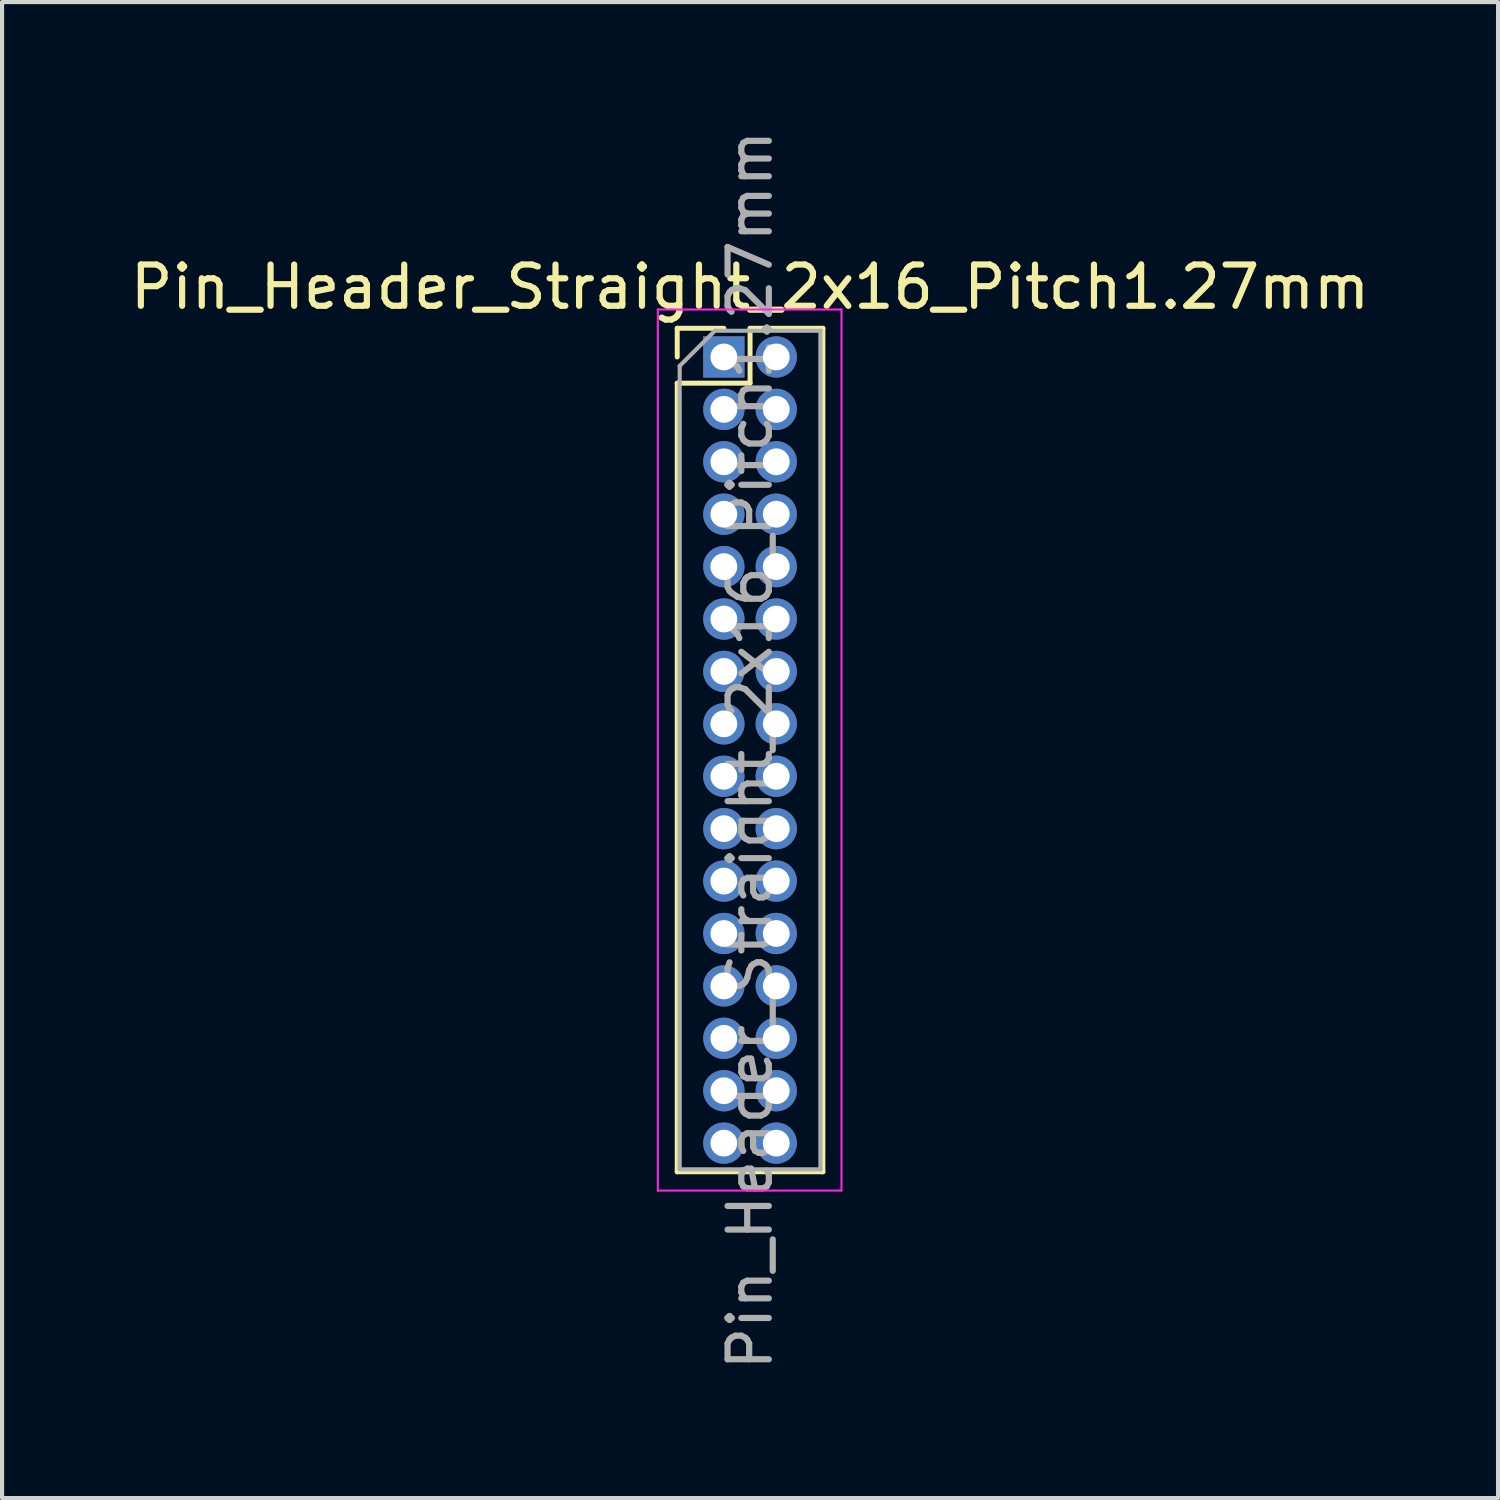
<source format=kicad_pcb>
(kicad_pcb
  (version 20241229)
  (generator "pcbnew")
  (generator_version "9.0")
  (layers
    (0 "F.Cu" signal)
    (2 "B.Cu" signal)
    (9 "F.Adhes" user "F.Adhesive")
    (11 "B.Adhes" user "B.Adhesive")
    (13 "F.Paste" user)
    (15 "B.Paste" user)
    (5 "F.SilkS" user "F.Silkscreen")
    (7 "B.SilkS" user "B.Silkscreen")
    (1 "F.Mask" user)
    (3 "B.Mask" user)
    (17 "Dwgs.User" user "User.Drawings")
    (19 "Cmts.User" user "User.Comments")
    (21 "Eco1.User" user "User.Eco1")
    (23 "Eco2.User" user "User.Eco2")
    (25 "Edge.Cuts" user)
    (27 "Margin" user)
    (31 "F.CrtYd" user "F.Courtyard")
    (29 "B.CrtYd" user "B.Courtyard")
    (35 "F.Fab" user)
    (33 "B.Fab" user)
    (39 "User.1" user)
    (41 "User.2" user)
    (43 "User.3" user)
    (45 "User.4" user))
  (footprint "Pin_Header_Straight_2x16_Pitch1.27mm"
    (layer "F.Cu")
    (at 14.49 5.6)
    (property "Reference" "Pin_Header_Straight_2x16_Pitch1.27mm" (at 0.635 -1.695 0) (layer "F.SilkS") (effects (font (size 1 1) (thickness 0.15))))
    (attr through_hole)
    (fp_line (start -1.13 -0.695) (end 0 -0.695) (stroke (width 0.12) (type solid)) (layer "F.SilkS"))
    (fp_line (start -1.13 0) (end -1.13 -0.695) (stroke (width 0.12) (type solid)) (layer "F.SilkS"))
    (fp_line (start -1.13 0.635) (end -1.13 19.745) (stroke (width 0.12) (type solid)) (layer "F.SilkS"))
    (fp_line (start -1.13 19.745) (end 2.4 19.745) (stroke (width 0.12) (type solid)) (layer "F.SilkS"))
    (fp_line (start 0.635 -0.695) (end 0.635 0.635) (stroke (width 0.12) (type solid)) (layer "F.SilkS"))
    (fp_line (start 0.635 0.635) (end -1.13 0.635) (stroke (width 0.12) (type solid)) (layer "F.SilkS"))
    (fp_line (start 2.4 -0.695) (end 0.635 -0.695) (stroke (width 0.12) (type solid)) (layer "F.SilkS"))
    (fp_line (start 2.4 19.745) (end 2.4 -0.695) (stroke (width 0.12) (type solid)) (layer "F.SilkS"))
    (fp_line (start -1.6 -1.15) (end -1.6 20.2) (stroke (width 0.05) (type solid)) (layer "F.CrtYd"))
    (fp_line (start -1.6 20.2) (end 2.85 20.2) (stroke (width 0.05) (type solid)) (layer "F.CrtYd"))
    (fp_line (start 2.85 -1.15) (end -1.6 -1.15) (stroke (width 0.05) (type solid)) (layer "F.CrtYd"))
    (fp_line (start 2.85 20.2) (end 2.85 -1.15) (stroke (width 0.05) (type solid)) (layer "F.CrtYd"))
    (fp_line (start -1.07 0.217) (end -0.217 -0.635) (stroke (width 0.1) (type solid)) (layer "F.Fab"))
    (fp_line (start -1.07 19.685) (end -1.07 0.217) (stroke (width 0.1) (type solid)) (layer "F.Fab"))
    (fp_line (start -0.217 -0.635) (end 2.34 -0.635) (stroke (width 0.1) (type solid)) (layer "F.Fab"))
    (fp_line (start 2.34 -0.635) (end 2.34 19.685) (stroke (width 0.1) (type solid)) (layer "F.Fab"))
    (fp_line (start 2.34 19.685) (end -1.07 19.685) (stroke (width 0.1) (type solid)) (layer "F.Fab"))
    (fp_text user "${REFERENCE}" (at 0.635 9.525 90) (layer "F.Fab") (effects (font (size 1 1) (thickness 0.15))))
    (pad "1" thru_hole rect (at 0 0) (size 1 1) (drill 0.65) (layers "*.Cu" "*.Mask"))
    (pad "2" thru_hole oval (at 1.27 0) (size 1 1) (drill 0.65) (layers "*.Cu" "*.Mask"))
    (pad "3" thru_hole oval (at 0 1.27) (size 1 1) (drill 0.65) (layers "*.Cu" "*.Mask"))
    (pad "4" thru_hole oval (at 1.27 1.27) (size 1 1) (drill 0.65) (layers "*.Cu" "*.Mask"))
    (pad "5" thru_hole oval (at 0 2.54) (size 1 1) (drill 0.65) (layers "*.Cu" "*.Mask"))
    (pad "6" thru_hole oval (at 1.27 2.54) (size 1 1) (drill 0.65) (layers "*.Cu" "*.Mask"))
    (pad "7" thru_hole oval (at 0 3.81) (size 1 1) (drill 0.65) (layers "*.Cu" "*.Mask"))
    (pad "8" thru_hole oval (at 1.27 3.81) (size 1 1) (drill 0.65) (layers "*.Cu" "*.Mask"))
    (pad "9" thru_hole oval (at 0 5.08) (size 1 1) (drill 0.65) (layers "*.Cu" "*.Mask"))
    (pad "10" thru_hole oval (at 1.27 5.08) (size 1 1) (drill 0.65) (layers "*.Cu" "*.Mask"))
    (pad "11" thru_hole oval (at 0 6.35) (size 1 1) (drill 0.65) (layers "*.Cu" "*.Mask"))
    (pad "12" thru_hole oval (at 1.27 6.35) (size 1 1) (drill 0.65) (layers "*.Cu" "*.Mask"))
    (pad "13" thru_hole oval (at 0 7.62) (size 1 1) (drill 0.65) (layers "*.Cu" "*.Mask"))
    (pad "14" thru_hole oval (at 1.27 7.62) (size 1 1) (drill 0.65) (layers "*.Cu" "*.Mask"))
    (pad "15" thru_hole oval (at 0 8.89) (size 1 1) (drill 0.65) (layers "*.Cu" "*.Mask"))
    (pad "16" thru_hole oval (at 1.27 8.89) (size 1 1) (drill 0.65) (layers "*.Cu" "*.Mask"))
    (pad "17" thru_hole oval (at 0 10.16) (size 1 1) (drill 0.65) (layers "*.Cu" "*.Mask"))
    (pad "18" thru_hole oval (at 1.27 10.16) (size 1 1) (drill 0.65) (layers "*.Cu" "*.Mask"))
    (pad "19" thru_hole oval (at 0 11.43) (size 1 1) (drill 0.65) (layers "*.Cu" "*.Mask"))
    (pad "20" thru_hole oval (at 1.27 11.43) (size 1 1) (drill 0.65) (layers "*.Cu" "*.Mask"))
    (pad "21" thru_hole oval (at 0 12.7) (size 1 1) (drill 0.65) (layers "*.Cu" "*.Mask"))
    (pad "22" thru_hole oval (at 1.27 12.7) (size 1 1) (drill 0.65) (layers "*.Cu" "*.Mask"))
    (pad "23" thru_hole oval (at 0 13.97) (size 1 1) (drill 0.65) (layers "*.Cu" "*.Mask"))
    (pad "24" thru_hole oval (at 1.27 13.97) (size 1 1) (drill 0.65) (layers "*.Cu" "*.Mask"))
    (pad "25" thru_hole oval (at 0 15.24) (size 1 1) (drill 0.65) (layers "*.Cu" "*.Mask"))
    (pad "26" thru_hole oval (at 1.27 15.24) (size 1 1) (drill 0.65) (layers "*.Cu" "*.Mask"))
    (pad "27" thru_hole oval (at 0 16.51) (size 1 1) (drill 0.65) (layers "*.Cu" "*.Mask"))
    (pad "28" thru_hole oval (at 1.27 16.51) (size 1 1) (drill 0.65) (layers "*.Cu" "*.Mask"))
    (pad "29" thru_hole oval (at 0 17.78) (size 1 1) (drill 0.65) (layers "*.Cu" "*.Mask"))
    (pad "30" thru_hole oval (at 1.27 17.78) (size 1 1) (drill 0.65) (layers "*.Cu" "*.Mask"))
    (pad "31" thru_hole oval (at 0 19.05) (size 1 1) (drill 0.65) (layers "*.Cu" "*.Mask"))
    (pad "32" thru_hole oval (at 1.27 19.05) (size 1 1) (drill 0.65) (layers "*.Cu" "*.Mask")))
  (gr_rect
    (start -3 -3)
    (end 33.25 33.25)
    (stroke (width 0.1) (type default))
    (fill no)
    (layer "Edge.Cuts")))
</source>
